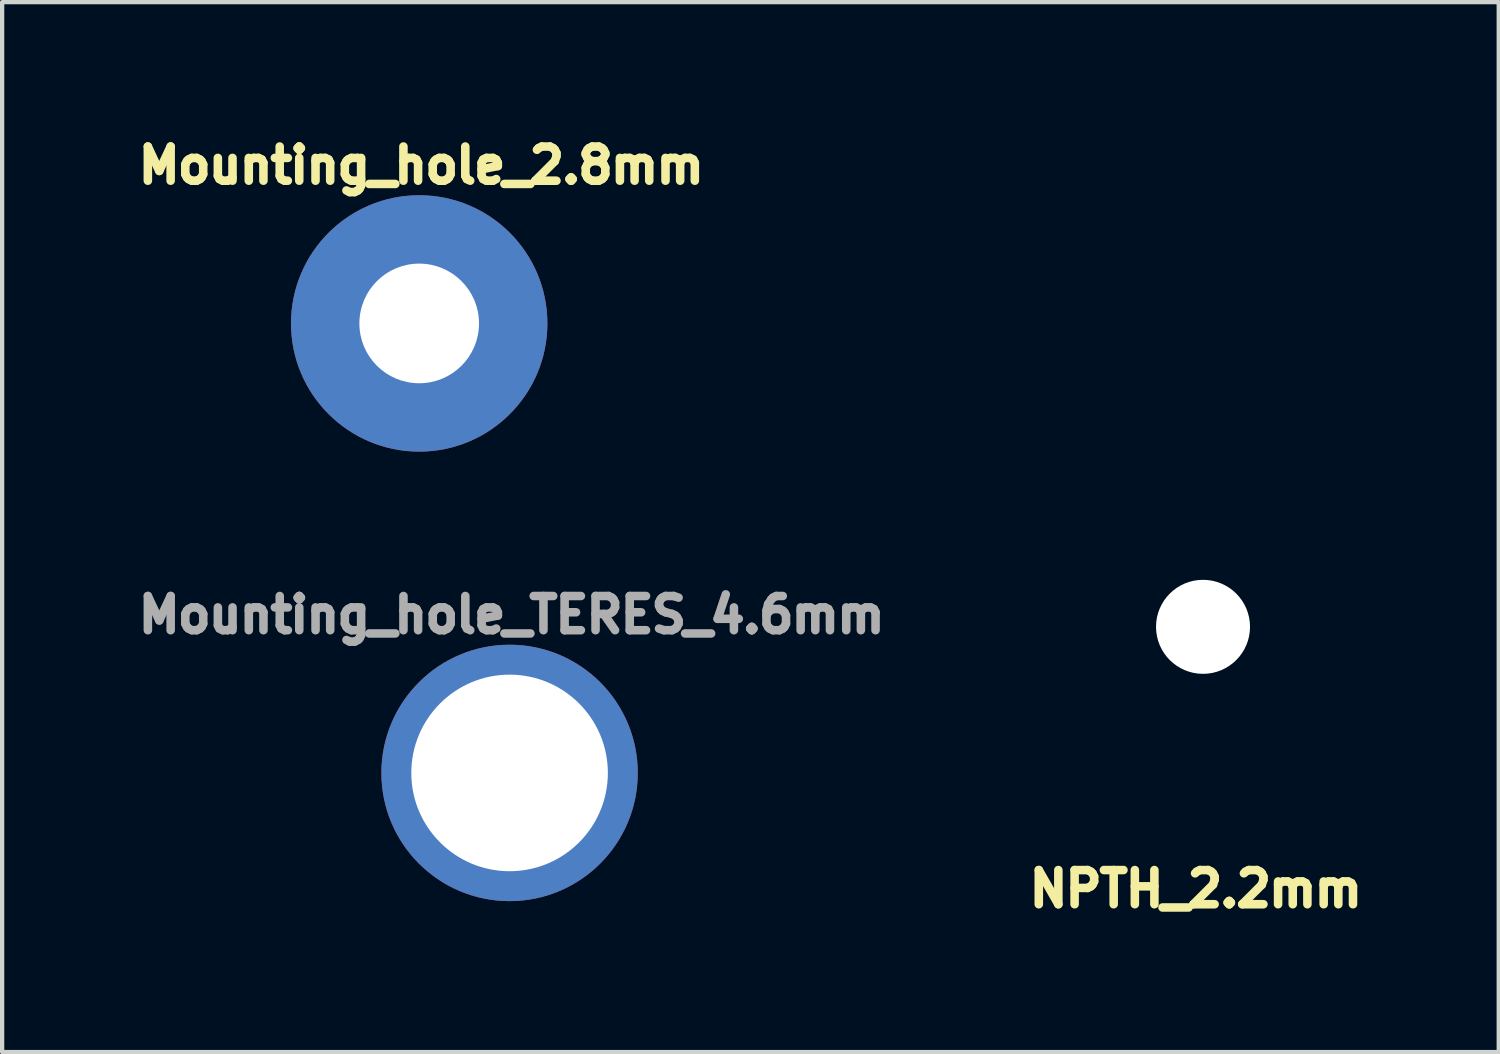
<source format=kicad_pcb>
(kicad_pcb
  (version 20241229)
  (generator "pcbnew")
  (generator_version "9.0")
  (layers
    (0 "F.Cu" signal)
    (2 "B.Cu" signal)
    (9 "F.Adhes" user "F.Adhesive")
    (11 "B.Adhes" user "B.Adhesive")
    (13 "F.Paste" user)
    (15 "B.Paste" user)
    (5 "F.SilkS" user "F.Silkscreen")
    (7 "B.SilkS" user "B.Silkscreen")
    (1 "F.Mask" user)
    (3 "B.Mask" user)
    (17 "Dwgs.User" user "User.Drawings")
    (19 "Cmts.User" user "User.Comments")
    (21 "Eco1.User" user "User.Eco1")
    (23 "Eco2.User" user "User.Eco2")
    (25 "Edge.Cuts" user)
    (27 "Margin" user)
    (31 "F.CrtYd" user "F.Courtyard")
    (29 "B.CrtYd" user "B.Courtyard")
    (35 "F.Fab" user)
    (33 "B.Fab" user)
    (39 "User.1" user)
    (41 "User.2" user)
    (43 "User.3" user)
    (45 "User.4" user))
  (footprint "NPTH_2.2mm"
    (layer "F.Cu")
    (at 25.103 11.619)
    (property "Reference" "NPTH_2.2mm" (at -0.167 6.132 0) (layer "F.SilkS") (effects (font (size 0.8 0.8) (thickness 0.2))))
    (attr through_hole)
    (pad "" np_thru_hole circle (at 0 0) (size 2.2 2.2) (drill 2.2) (layers "*.Cu" "*.Mask")))
  (footprint "Mounting_hole_TERES_4.6mm"
    (layer "F.Cu")
    (at 8.875 15.038)
    (property "Reference" "Mounting_hole_TERES_4.6mm" (at 0.05 -3.7 0) (layer "F.Fab") (effects (font (size 0.8 0.8) (thickness 0.2))))
    (attr exclude_from_pos_files exclude_from_bom)
    (pad "" thru_hole circle (at 0 0) (size 6 6) (drill 4.6) (layers "*.Cu" "*.Mask")))
  (footprint "Mounting_hole_2.8mm"
    (layer "F.Cu")
    (at 6.76 4.519)
    (property "Reference" "Mounting_hole_2.8mm" (at 0.05 -3.7 0) (layer "F.SilkS") (effects (font (size 0.8 0.8) (thickness 0.2))))
    (attr through_hole)
    (pad "" thru_hole circle (at 0 0) (size 6 6) (drill 2.8) (layers "*.Cu" "*.Mask")))
  (gr_rect
    (start -3 -3)
    (end 32.023 21.57)
    (stroke (width 0.1) (type default))
    (fill no)
    (layer "Edge.Cuts")))
</source>
